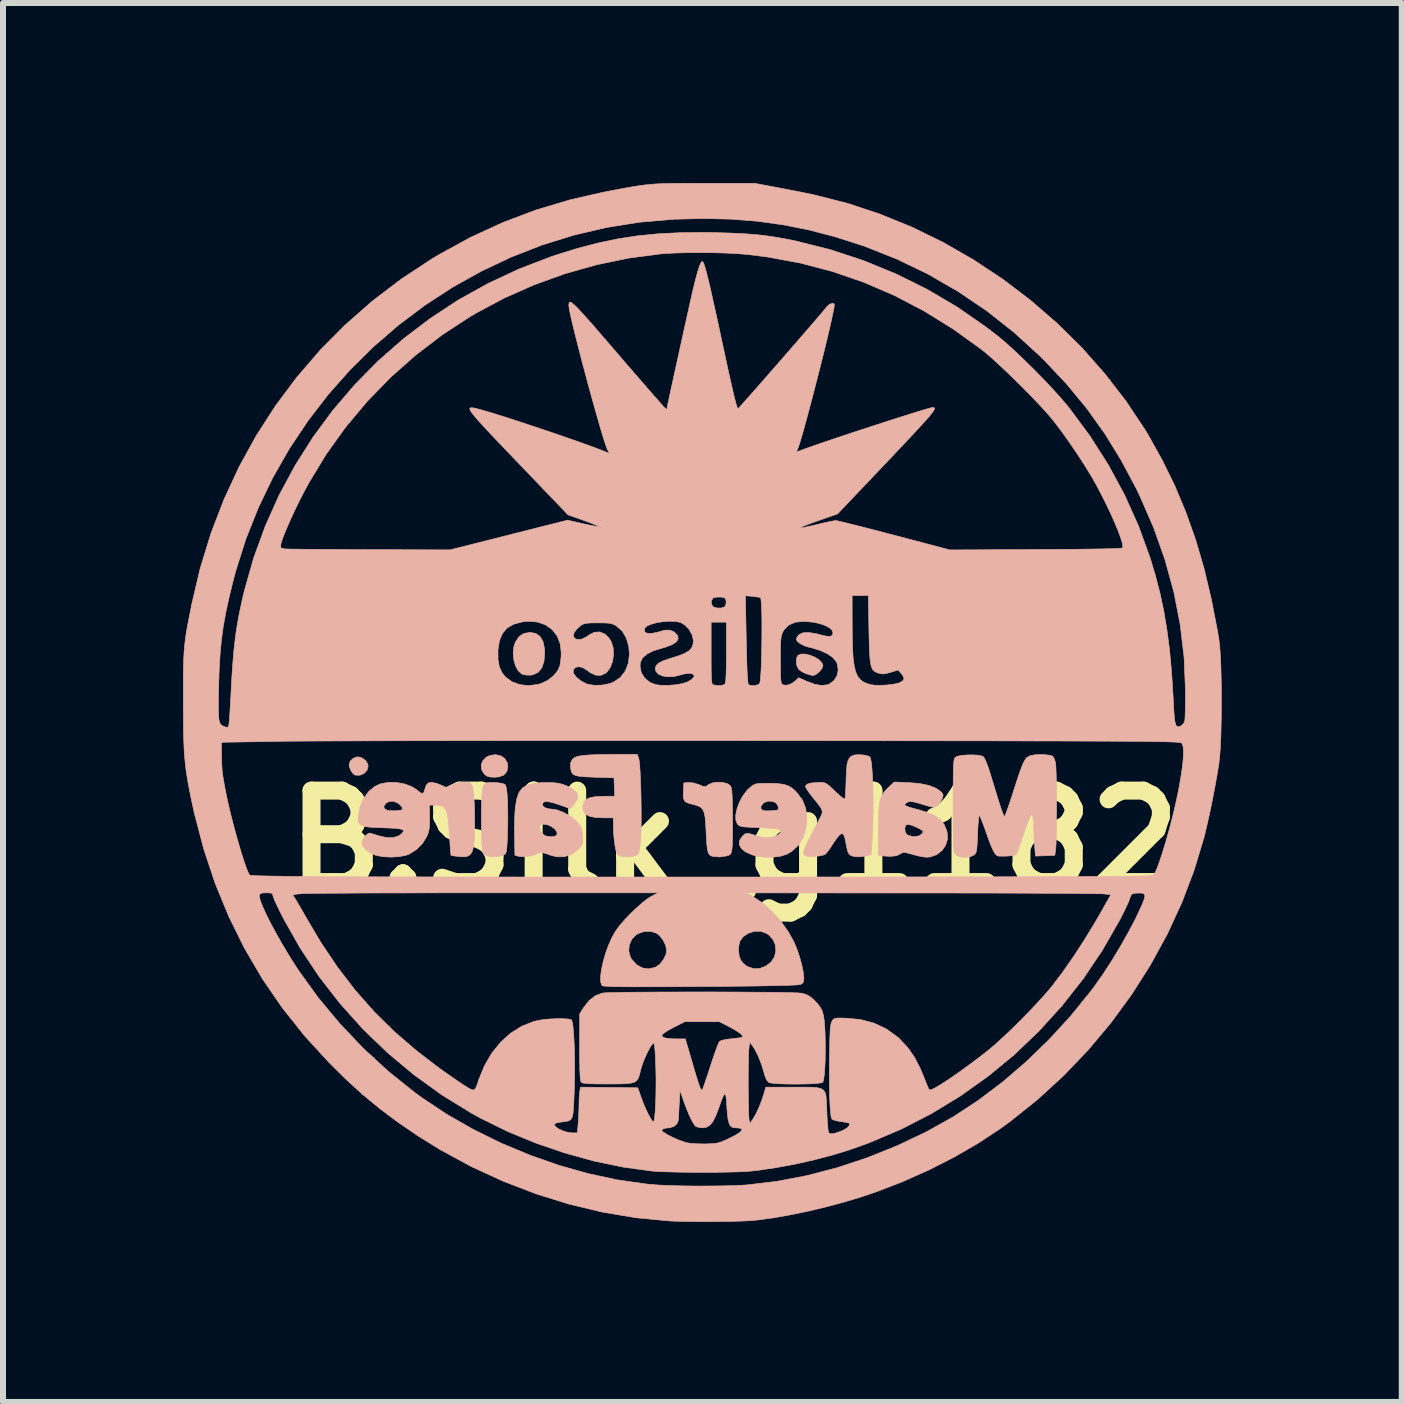
<source format=kicad_pcb>
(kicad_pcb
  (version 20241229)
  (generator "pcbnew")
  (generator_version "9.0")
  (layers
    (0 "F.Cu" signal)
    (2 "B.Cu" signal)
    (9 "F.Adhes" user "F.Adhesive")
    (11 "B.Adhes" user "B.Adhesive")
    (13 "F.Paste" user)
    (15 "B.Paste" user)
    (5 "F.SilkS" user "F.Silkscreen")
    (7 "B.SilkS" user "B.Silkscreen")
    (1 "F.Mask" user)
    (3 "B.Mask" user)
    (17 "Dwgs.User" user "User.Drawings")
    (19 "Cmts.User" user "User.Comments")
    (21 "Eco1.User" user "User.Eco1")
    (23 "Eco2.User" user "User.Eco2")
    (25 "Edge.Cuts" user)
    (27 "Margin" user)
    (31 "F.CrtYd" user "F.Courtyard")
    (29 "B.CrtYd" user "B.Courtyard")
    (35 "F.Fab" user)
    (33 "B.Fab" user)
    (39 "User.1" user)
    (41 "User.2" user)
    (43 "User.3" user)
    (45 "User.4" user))
  (footprint "B.Silk_g1182"
    (layer "F.Cu")
    (at 9.18 10.958)
    (property "Reference" "B.Silk_g1182" (at 0 0 0) (layer "F.SilkS") (effects (font (size 1.524 1.524) (thickness 0.3))))
    (attr through_hole)
    (fp_poly (pts (xy -6.198 -1.38) (xy -6.139 -1.336) (xy -6.102 -1.277) (xy -6.096 -1.242) (xy -6.115 -1.173) (xy -6.164 -1.121) (xy -6.233 -1.091) (xy -6.31 -1.093) (xy -6.313 -1.094) (xy -6.351 -1.122) (xy -6.387 -1.175) (xy -6.41 -1.237) (xy -6.413 -1.269) (xy -6.395 -1.326) (xy -6.346 -1.372) (xy -6.282 -1.396) (xy -6.264 -1.397) (xy -6.198 -1.38)) (stroke (width 0.01) (type solid)) (fill yes) (layer "B.SilkS"))
    (fp_poly (pts (xy -3.888 -1.416) (xy -3.82 -1.37) (xy -3.778 -1.299) (xy -3.768 -1.234) (xy -3.785 -1.152) (xy -3.835 -1.095) (xy -3.918 -1.064) (xy -3.99 -1.058) (xy -4.066 -1.062) (xy -4.116 -1.076) (xy -4.156 -1.106) (xy -4.16 -1.11) (xy -4.205 -1.181) (xy -4.213 -1.257) (xy -4.188 -1.33) (xy -4.132 -1.389) (xy -4.073 -1.419) (xy -3.975 -1.434) (xy -3.888 -1.416)) (stroke (width 0.01) (type solid)) (fill yes) (layer "B.SilkS"))
    (fp_poly (pts (xy 1.267 -3.091) (xy 1.349 -3.057) (xy 1.419 -3.013) (xy 1.466 -2.962) (xy 1.482 -2.916) (xy 1.466 -2.872) (xy 1.426 -2.821) (xy 1.377 -2.778) (xy 1.33 -2.754) (xy 1.319 -2.753) (xy 1.275 -2.761) (xy 1.214 -2.779) (xy 1.196 -2.785) (xy 1.133 -2.815) (xy 1.082 -2.852) (xy 1.074 -2.86) (xy 1.049 -2.913) (xy 1.038 -2.98) (xy 1.043 -3.045) (xy 1.063 -3.086) (xy 1.114 -3.11) (xy 1.185 -3.11) (xy 1.267 -3.091)) (stroke (width 0.01) (type solid)) (fill yes) (layer "B.SilkS"))
    (fp_poly (pts (xy -3.302 -3.453) (xy -3.229 -3.4) (xy -3.181 -3.314) (xy -3.157 -3.196) (xy -3.154 -3.133) (xy -3.166 -2.99) (xy -3.202 -2.882) (xy -3.261 -2.808) (xy -3.344 -2.767) (xy -3.389 -2.759) (xy -3.464 -2.76) (xy -3.527 -2.774) (xy -3.535 -2.777) (xy -3.595 -2.831) (xy -3.641 -2.914) (xy -3.669 -3.015) (xy -3.679 -3.125) (xy -3.668 -3.233) (xy -3.641 -3.312) (xy -3.58 -3.402) (xy -3.5 -3.454) (xy -3.398 -3.471) (xy -3.396 -3.471) (xy -3.302 -3.453)) (stroke (width 0.01) (type solid)) (fill yes) (layer "B.SilkS"))
    (fp_poly (pts (xy -3.966 -0.968) (xy -3.893 -0.96) (xy -3.837 -0.947) (xy -3.81 -0.932) (xy -3.794 -0.883) (xy -3.782 -0.795) (xy -3.774 -0.673) (xy -3.77 -0.521) (xy -3.769 -0.34) (xy -3.772 -0.197) (xy -3.776 -0.052) (xy -3.781 0.056) (xy -3.787 0.132) (xy -3.795 0.183) (xy -3.806 0.213) (xy -3.814 0.224) (xy -3.86 0.248) (xy -3.931 0.263) (xy -4.012 0.269) (xy -4.085 0.262) (xy -4.127 0.249) (xy -4.152 0.233) (xy -4.171 0.211) (xy -4.185 0.178) (xy -4.195 0.127) (xy -4.201 0.056) (xy -4.206 -0.043) (xy -4.208 -0.174) (xy -4.209 -0.339) (xy -4.209 -0.522) (xy -4.206 -0.667) (xy -4.199 -0.778) (xy -4.189 -0.859) (xy -4.174 -0.914) (xy -4.155 -0.948) (xy -4.145 -0.956) (xy -4.106 -0.968) (xy -4.041 -0.971) (xy -3.966 -0.968)) (stroke (width 0.01) (type solid)) (fill yes) (layer "B.SilkS"))
    (fp_poly (pts (xy -0.188 -0.971) (xy -0.111 -0.951) (xy -0.082 -0.933) (xy -0.065 -0.919) (xy -0.053 -0.902) (xy -0.044 -0.876) (xy -0.037 -0.836) (xy -0.033 -0.777) (xy -0.029 -0.692) (xy -0.027 -0.575) (xy -0.025 -0.441) (xy -0.024 -0.299) (xy -0.024 -0.165) (xy -0.025 -0.046) (xy -0.027 0.049) (xy -0.031 0.112) (xy -0.032 0.121) (xy -0.042 0.186) (xy -0.057 0.222) (xy -0.086 0.242) (xy -0.123 0.253) (xy -0.238 0.271) (xy -0.353 0.26) (xy -0.387 0.25) (xy -0.413 0.23) (xy -0.431 0.194) (xy -0.444 0.136) (xy -0.454 0.051) (xy -0.461 -0.069) (xy -0.464 -0.132) (xy -0.472 -0.277) (xy -0.481 -0.386) (xy -0.496 -0.465) (xy -0.519 -0.519) (xy -0.553 -0.557) (xy -0.603 -0.582) (xy -0.67 -0.602) (xy -0.715 -0.613) (xy -0.779 -0.632) (xy -0.82 -0.658) (xy -0.84 -0.7) (xy -0.846 -0.767) (xy -0.843 -0.848) (xy -0.836 -0.963) (xy -0.757 -0.97) (xy -0.679 -0.963) (xy -0.591 -0.937) (xy -0.58 -0.933) (xy -0.522 -0.908) (xy -0.486 -0.9) (xy -0.459 -0.909) (xy -0.429 -0.932) (xy -0.364 -0.962) (xy -0.278 -0.975) (xy -0.188 -0.971)) (stroke (width 0.01) (type solid)) (fill yes) (layer "B.SilkS"))
    (fp_poly (pts (xy -1.587 -1.371) (xy -1.579 -1.327) (xy -1.571 -1.248) (xy -1.564 -1.14) (xy -1.558 -1.01) (xy -1.553 -0.864) (xy -1.549 -0.709) (xy -1.547 -0.551) (xy -1.546 -0.398) (xy -1.547 -0.256) (xy -1.55 -0.131) (xy -1.555 -0.036) (xy -1.564 0.061) (xy -1.575 0.143) (xy -1.588 0.202) (xy -1.596 0.224) (xy -1.634 0.246) (xy -1.698 0.262) (xy -1.776 0.269) (xy -1.852 0.266) (xy -1.877 0.262) (xy -1.925 0.241) (xy -1.946 0.224) (xy -1.961 0.186) (xy -1.977 0.117) (xy -1.991 0.025) (xy -2.002 -0.078) (xy -2.009 -0.184) (xy -2.01 -0.249) (xy -2.011 -0.381) (xy -2.164 -0.381) (xy -2.301 -0.387) (xy -2.401 -0.405) (xy -2.468 -0.438) (xy -2.506 -0.488) (xy -2.519 -0.556) (xy -2.519 -0.561) (xy -2.508 -0.629) (xy -2.474 -0.679) (xy -2.412 -0.713) (xy -2.318 -0.733) (xy -2.188 -0.74) (xy -2.153 -0.741) (xy -1.988 -0.741) (xy -1.994 -0.894) (xy -2 -1.048) (xy -2.322 -1.058) (xy -2.458 -1.064) (xy -2.558 -1.071) (xy -2.627 -1.083) (xy -2.673 -1.101) (xy -2.7 -1.129) (xy -2.715 -1.169) (xy -2.724 -1.22) (xy -2.724 -1.291) (xy -2.7 -1.345) (xy -2.693 -1.354) (xy -2.667 -1.378) (xy -2.629 -1.397) (xy -2.574 -1.412) (xy -2.498 -1.422) (xy -2.395 -1.43) (xy -2.262 -1.435) (xy -2.093 -1.437) (xy -2.008 -1.438) (xy -1.613 -1.439) (xy -1.587 -1.371)) (stroke (width 0.01) (type solid)) (fill yes) (layer "B.SilkS"))
    (fp_poly (pts (xy -2.909 -0.955) (xy -2.804 -0.922) (xy -2.701 -0.867) (xy -2.698 -0.865) (xy -2.629 -0.808) (xy -2.602 -0.748) (xy -2.615 -0.681) (xy -2.667 -0.607) (xy -2.73 -0.535) (xy -2.901 -0.596) (xy -3.016 -0.633) (xy -3.099 -0.652) (xy -3.153 -0.652) (xy -3.183 -0.633) (xy -3.19 -0.621) (xy -3.186 -0.582) (xy -3.149 -0.55) (xy -3.088 -0.531) (xy -3.055 -0.529) (xy -2.952 -0.514) (xy -2.841 -0.472) (xy -2.732 -0.411) (xy -2.638 -0.338) (xy -2.569 -0.258) (xy -2.548 -0.219) (xy -2.53 -0.155) (xy -2.52 -0.075) (xy -2.519 -0.041) (xy -2.522 0.029) (xy -2.538 0.077) (xy -2.575 0.124) (xy -2.599 0.148) (xy -2.705 0.227) (xy -2.826 0.267) (xy -2.956 0.268) (xy -3.059 0.241) (xy -3.144 0.21) (xy -3.203 0.197) (xy -3.246 0.2) (xy -3.284 0.219) (xy -3.284 0.219) (xy -3.344 0.243) (xy -3.428 0.26) (xy -3.516 0.266) (xy -3.589 0.26) (xy -3.598 0.257) (xy -3.651 0.242) (xy -3.657 -0.075) (xy -3.658 -0.205) (xy -3.658 -0.215) (xy -3.239 -0.215) (xy -3.219 -0.147) (xy -3.165 -0.094) (xy -3.133 -0.079) (xy -3.071 -0.067) (xy -3.006 -0.069) (xy -2.967 -0.082) (xy -2.945 -0.114) (xy -2.956 -0.156) (xy -2.991 -0.199) (xy -3.044 -0.238) (xy -3.107 -0.266) (xy -3.168 -0.275) (xy -3.216 -0.271) (xy -3.235 -0.252) (xy -3.239 -0.215) (xy -3.658 -0.215) (xy -3.656 -0.337) (xy -3.651 -0.458) (xy -3.644 -0.553) (xy -3.642 -0.568) (xy -3.618 -0.704) (xy -3.581 -0.806) (xy -3.524 -0.879) (xy -3.442 -0.927) (xy -3.33 -0.956) (xy -3.183 -0.97) (xy -3.18 -0.97) (xy -3.03 -0.97) (xy -2.909 -0.955)) (stroke (width 0.01) (type solid)) (fill yes) (layer "B.SilkS"))
    (fp_poly (pts (xy 0.736 -0.951) (xy 0.83 -0.938) (xy 0.904 -0.914) (xy 0.966 -0.878) (xy 1.023 -0.828) (xy 1.05 -0.799) (xy 1.141 -0.675) (xy 1.194 -0.54) (xy 1.214 -0.387) (xy 1.214 -0.37) (xy 1.198 -0.199) (xy 1.148 -0.047) (xy 1.068 0.08) (xy 0.959 0.18) (xy 0.88 0.225) (xy 0.772 0.259) (xy 0.641 0.275) (xy 0.501 0.273) (xy 0.367 0.254) (xy 0.301 0.235) (xy 0.192 0.186) (xy 0.121 0.128) (xy 0.088 0.063) (xy 0.094 -0.006) (xy 0.137 -0.071) (xy 0.171 -0.105) (xy 0.203 -0.121) (xy 0.244 -0.121) (xy 0.305 -0.105) (xy 0.371 -0.083) (xy 0.476 -0.054) (xy 0.565 -0.048) (xy 0.591 -0.051) (xy 0.673 -0.069) (xy 0.734 -0.097) (xy 0.772 -0.129) (xy 0.782 -0.16) (xy 0.759 -0.186) (xy 0.714 -0.199) (xy 0.667 -0.204) (xy 0.588 -0.209) (xy 0.488 -0.215) (xy 0.378 -0.22) (xy 0.37 -0.22) (xy 0.257 -0.225) (xy 0.178 -0.23) (xy 0.125 -0.238) (xy 0.092 -0.248) (xy 0.07 -0.264) (xy 0.056 -0.279) (xy 0.03 -0.342) (xy 0.029 -0.428) (xy 0.049 -0.529) (xy 0.065 -0.573) (xy 0.449 -0.573) (xy 0.45 -0.53) (xy 0.484 -0.503) (xy 0.492 -0.501) (xy 0.538 -0.497) (xy 0.601 -0.498) (xy 0.666 -0.503) (xy 0.717 -0.51) (xy 0.736 -0.518) (xy 0.739 -0.543) (xy 0.732 -0.581) (xy 0.701 -0.628) (xy 0.645 -0.655) (xy 0.577 -0.66) (xy 0.511 -0.64) (xy 0.482 -0.619) (xy 0.449 -0.573) (xy 0.065 -0.573) (xy 0.088 -0.636) (xy 0.142 -0.739) (xy 0.21 -0.831) (xy 0.246 -0.868) (xy 0.303 -0.917) (xy 0.35 -0.942) (xy 0.407 -0.953) (xy 0.46 -0.955) (xy 0.615 -0.956) (xy 0.736 -0.951)) (stroke (width 0.01) (type solid)) (fill yes) (layer "B.SilkS"))
    (fp_poly (pts (xy 2.907 -0.969) (xy 3.093 -0.953) (xy 3.248 -0.921) (xy 3.369 -0.873) (xy 3.446 -0.818) (xy 3.477 -0.783) (xy 3.484 -0.752) (xy 3.47 -0.707) (xy 3.464 -0.693) (xy 3.429 -0.633) (xy 3.385 -0.586) (xy 3.379 -0.582) (xy 3.351 -0.566) (xy 3.322 -0.56) (xy 3.282 -0.565) (xy 3.22 -0.582) (xy 3.154 -0.602) (xy 3.053 -0.632) (xy 2.983 -0.649) (xy 2.935 -0.653) (xy 2.899 -0.646) (xy 2.869 -0.628) (xy 2.849 -0.61) (xy 2.847 -0.594) (xy 2.868 -0.579) (xy 2.917 -0.56) (xy 2.999 -0.536) (xy 3.075 -0.516) (xy 3.232 -0.467) (xy 3.352 -0.413) (xy 3.44 -0.348) (xy 3.502 -0.27) (xy 3.542 -0.174) (xy 3.552 -0.134) (xy 3.557 -0.024) (xy 3.525 0.078) (xy 3.463 0.166) (xy 3.377 0.232) (xy 3.273 0.27) (xy 3.212 0.275) (xy 3.151 0.269) (xy 3.072 0.254) (xy 3.026 0.242) (xy 2.931 0.216) (xy 2.869 0.2) (xy 2.829 0.195) (xy 2.803 0.199) (xy 2.784 0.212) (xy 2.777 0.217) (xy 2.708 0.25) (xy 2.604 0.261) (xy 2.508 0.255) (xy 2.402 0.243) (xy 2.405 -0.16) (xy 2.405 -0.191) (xy 2.847 -0.191) (xy 2.855 -0.133) (xy 2.886 -0.099) (xy 2.9 -0.091) (xy 2.988 -0.066) (xy 3.071 -0.078) (xy 3.107 -0.096) (xy 3.142 -0.127) (xy 3.154 -0.149) (xy 3.136 -0.171) (xy 3.09 -0.2) (xy 3.029 -0.23) (xy 2.966 -0.256) (xy 2.914 -0.27) (xy 2.893 -0.271) (xy 2.861 -0.258) (xy 2.848 -0.222) (xy 2.847 -0.191) (xy 2.405 -0.191) (xy 2.407 -0.335) (xy 2.411 -0.474) (xy 2.42 -0.583) (xy 2.434 -0.667) (xy 2.455 -0.734) (xy 2.483 -0.788) (xy 2.522 -0.836) (xy 2.564 -0.879) (xy 2.67 -0.978) (xy 2.907 -0.969)) (stroke (width 0.01) (type solid)) (fill yes) (layer "B.SilkS"))
    (fp_poly (pts (xy 2.162 -1.428) (xy 2.234 -1.411) (xy 2.262 -1.399) (xy 2.276 -1.369) (xy 2.288 -1.303) (xy 2.298 -1.206) (xy 2.306 -1.083) (xy 2.313 -0.939) (xy 2.316 -0.781) (xy 2.318 -0.614) (xy 2.317 -0.442) (xy 2.314 -0.273) (xy 2.308 -0.11) (xy 2.299 0.04) (xy 2.294 0.1) (xy 2.283 0.232) (xy 2.196 0.255) (xy 2.116 0.267) (xy 2.031 0.267) (xy 2.017 0.265) (xy 1.963 0.253) (xy 1.927 0.233) (xy 1.901 0.194) (xy 1.882 0.13) (xy 1.863 0.033) (xy 1.845 -0.054) (xy 1.824 -0.105) (xy 1.796 -0.12) (xy 1.76 -0.099) (xy 1.711 -0.04) (xy 1.646 0.055) (xy 1.64 0.064) (xy 1.594 0.133) (xy 1.553 0.189) (xy 1.525 0.222) (xy 1.522 0.225) (xy 1.48 0.242) (xy 1.412 0.255) (xy 1.332 0.262) (xy 1.257 0.262) (xy 1.206 0.255) (xy 1.176 0.241) (xy 1.162 0.217) (xy 1.164 0.176) (xy 1.185 0.115) (xy 1.225 0.026) (xy 1.274 -0.071) (xy 1.325 -0.169) (xy 1.374 -0.265) (xy 1.414 -0.344) (xy 1.435 -0.384) (xy 1.458 -0.431) (xy 1.47 -0.469) (xy 1.467 -0.504) (xy 1.448 -0.546) (xy 1.409 -0.602) (xy 1.347 -0.679) (xy 1.314 -0.72) (xy 1.259 -0.791) (xy 1.217 -0.853) (xy 1.193 -0.896) (xy 1.19 -0.909) (xy 1.217 -0.941) (xy 1.283 -0.961) (xy 1.389 -0.971) (xy 1.415 -0.972) (xy 1.467 -0.972) (xy 1.506 -0.966) (xy 1.543 -0.949) (xy 1.586 -0.916) (xy 1.645 -0.861) (xy 1.684 -0.822) (xy 1.765 -0.748) (xy 1.819 -0.706) (xy 1.847 -0.697) (xy 1.85 -0.701) (xy 1.854 -0.732) (xy 1.859 -0.797) (xy 1.863 -0.886) (xy 1.867 -0.992) (xy 1.867 -1.018) (xy 1.873 -1.157) (xy 1.882 -1.26) (xy 1.899 -1.333) (xy 1.924 -1.381) (xy 1.959 -1.411) (xy 2.007 -1.428) (xy 2.011 -1.429) (xy 2.081 -1.434) (xy 2.162 -1.428)) (stroke (width 0.01) (type solid)) (fill yes) (layer "B.SilkS"))
    (fp_poly (pts (xy -4.412 -0.966) (xy -4.384 -0.955) (xy -4.365 -0.921) (xy -4.349 -0.85) (xy -4.336 -0.744) (xy -4.327 -0.608) (xy -4.322 -0.446) (xy -4.321 -0.318) (xy -4.323 -0.14) (xy -4.329 -0.001) (xy -4.341 0.104) (xy -4.362 0.179) (xy -4.393 0.229) (xy -4.435 0.257) (xy -4.492 0.268) (xy -4.564 0.266) (xy -4.582 0.264) (xy -4.65 0.255) (xy -4.699 0.248) (xy -4.715 0.244) (xy -4.719 0.222) (xy -4.724 0.166) (xy -4.73 0.081) (xy -4.737 -0.023) (xy -4.741 -0.087) (xy -4.752 -0.247) (xy -4.765 -0.369) (xy -4.781 -0.459) (xy -4.804 -0.521) (xy -4.836 -0.561) (xy -4.879 -0.582) (xy -4.935 -0.591) (xy -4.981 -0.593) (xy -5.075 -0.593) (xy -5.072 -0.386) (xy -5.072 -0.282) (xy -5.078 -0.206) (xy -5.09 -0.146) (xy -5.112 -0.087) (xy -5.12 -0.068) (xy -5.193 0.049) (xy -5.293 0.148) (xy -5.409 0.221) (xy -5.468 0.244) (xy -5.581 0.265) (xy -5.715 0.273) (xy -5.848 0.266) (xy -5.963 0.245) (xy -5.972 0.242) (xy -6.059 0.204) (xy -6.133 0.151) (xy -6.183 0.093) (xy -6.202 0.037) (xy -6.189 -0.009) (xy -6.157 -0.061) (xy -6.117 -0.105) (xy -6.08 -0.127) (xy -6.076 -0.127) (xy -6.046 -0.121) (xy -5.989 -0.104) (xy -5.918 -0.082) (xy -5.788 -0.052) (xy -5.675 -0.052) (xy -5.585 -0.082) (xy -5.549 -0.107) (xy -5.518 -0.139) (xy -5.507 -0.164) (xy -5.518 -0.182) (xy -5.556 -0.195) (xy -5.624 -0.205) (xy -5.727 -0.211) (xy -5.867 -0.216) (xy -5.897 -0.217) (xy -6.033 -0.223) (xy -6.132 -0.233) (xy -6.199 -0.251) (xy -6.239 -0.28) (xy -6.259 -0.322) (xy -6.263 -0.381) (xy -6.26 -0.421) (xy -6.23 -0.57) (xy -6.227 -0.576) (xy -5.834 -0.576) (xy -5.827 -0.536) (xy -5.78 -0.508) (xy -5.768 -0.504) (xy -5.715 -0.499) (xy -5.649 -0.499) (xy -5.585 -0.504) (xy -5.539 -0.513) (xy -5.528 -0.519) (xy -5.526 -0.546) (xy -5.551 -0.586) (xy -5.596 -0.625) (xy -5.598 -0.626) (xy -5.676 -0.658) (xy -5.752 -0.652) (xy -5.801 -0.623) (xy -5.834 -0.576) (xy -6.227 -0.576) (xy -6.171 -0.705) (xy -6.089 -0.818) (xy -5.987 -0.903) (xy -5.888 -0.949) (xy -5.759 -0.972) (xy -5.62 -0.97) (xy -5.485 -0.945) (xy -5.364 -0.899) (xy -5.283 -0.846) (xy -5.226 -0.8) (xy -5.189 -0.787) (xy -5.167 -0.807) (xy -5.153 -0.852) (xy -5.129 -0.924) (xy -5.091 -0.964) (xy -5.034 -0.973) (xy -4.951 -0.954) (xy -4.889 -0.929) (xy -4.785 -0.885) (xy -4.713 -0.929) (xy -4.649 -0.955) (xy -4.567 -0.971) (xy -4.482 -0.975) (xy -4.412 -0.966)) (stroke (width 0.01) (type solid)) (fill yes) (layer "B.SilkS"))
    (fp_poly (pts (xy 5.169 -1.434) (xy 5.245 -1.426) (xy 5.299 -1.413) (xy 5.314 -1.404) (xy 5.334 -1.369) (xy 5.353 -1.313) (xy 5.356 -1.299) (xy 5.361 -1.256) (xy 5.365 -1.178) (xy 5.369 -1.071) (xy 5.371 -0.941) (xy 5.373 -0.795) (xy 5.374 -0.639) (xy 5.374 -0.481) (xy 5.373 -0.326) (xy 5.372 -0.182) (xy 5.369 -0.055) (xy 5.366 0.048) (xy 5.362 0.122) (xy 5.359 0.148) (xy 5.345 0.243) (xy 5.184 0.25) (xy 5.023 0.256) (xy 5.009 0.093) (xy 5.002 -0.014) (xy 4.996 -0.131) (xy 4.994 -0.22) (xy 4.991 -0.302) (xy 4.984 -0.371) (xy 4.975 -0.413) (xy 4.963 -0.433) (xy 4.949 -0.426) (xy 4.928 -0.386) (xy 4.916 -0.36) (xy 4.892 -0.3) (xy 4.86 -0.213) (xy 4.824 -0.111) (xy 4.797 -0.032) (xy 4.765 0.063) (xy 4.737 0.143) (xy 4.715 0.201) (xy 4.704 0.225) (xy 4.674 0.24) (xy 4.612 0.251) (xy 4.529 0.257) (xy 4.434 0.257) (xy 4.417 0.257) (xy 4.389 0.251) (xy 4.363 0.232) (xy 4.336 0.196) (xy 4.307 0.138) (xy 4.271 0.054) (xy 4.228 -0.062) (xy 4.181 -0.196) (xy 4.148 -0.286) (xy 4.119 -0.359) (xy 4.097 -0.408) (xy 4.086 -0.423) (xy 4.08 -0.403) (xy 4.073 -0.349) (xy 4.066 -0.266) (xy 4.061 -0.164) (xy 4.059 -0.112) (xy 4.054 0.01) (xy 4.048 0.097) (xy 4.042 0.155) (xy 4.033 0.193) (xy 4.02 0.218) (xy 4.002 0.236) (xy 4 0.237) (xy 3.94 0.266) (xy 3.861 0.277) (xy 3.78 0.271) (xy 3.714 0.248) (xy 3.692 0.231) (xy 3.681 0.217) (xy 3.672 0.199) (xy 3.666 0.172) (xy 3.661 0.132) (xy 3.657 0.075) (xy 3.654 -0.004) (xy 3.653 -0.109) (xy 3.652 -0.244) (xy 3.651 -0.413) (xy 3.651 -0.584) (xy 3.651 -0.786) (xy 3.652 -0.95) (xy 3.653 -1.08) (xy 3.655 -1.18) (xy 3.658 -1.255) (xy 3.662 -1.309) (xy 3.667 -1.346) (xy 3.675 -1.37) (xy 3.683 -1.385) (xy 3.688 -1.39) (xy 3.728 -1.409) (xy 3.799 -1.422) (xy 3.886 -1.429) (xy 3.978 -1.43) (xy 4.063 -1.425) (xy 4.128 -1.412) (xy 4.156 -1.399) (xy 4.176 -1.368) (xy 4.204 -1.306) (xy 4.236 -1.221) (xy 4.264 -1.135) (xy 4.302 -1.011) (xy 4.346 -0.868) (xy 4.389 -0.727) (xy 4.413 -0.651) (xy 4.443 -0.556) (xy 4.471 -0.477) (xy 4.492 -0.424) (xy 4.505 -0.402) (xy 4.505 -0.402) (xy 4.517 -0.421) (xy 4.538 -0.475) (xy 4.568 -0.557) (xy 4.604 -0.662) (xy 4.644 -0.784) (xy 4.655 -0.82) (xy 4.709 -0.987) (xy 4.753 -1.118) (xy 4.789 -1.218) (xy 4.819 -1.291) (xy 4.847 -1.343) (xy 4.873 -1.378) (xy 4.901 -1.4) (xy 4.933 -1.415) (xy 4.944 -1.419) (xy 5.005 -1.431) (xy 5.085 -1.436) (xy 5.169 -1.434)) (stroke (width 0.01) (type solid)) (fill yes) (layer "B.SilkS"))
    (fp_poly (pts (xy -0.497 -10.953) (xy 0.349 -10.953) (xy 0.72 -10.883) (xy 0.863 -10.856) (xy 1.013 -10.827) (xy 1.158 -10.798) (xy 1.281 -10.773) (xy 1.333 -10.762) (xy 1.888 -10.621) (xy 2.434 -10.44) (xy 2.969 -10.222) (xy 3.49 -9.967) (xy 3.994 -9.677) (xy 4.48 -9.355) (xy 4.944 -9.002) (xy 5.384 -8.621) (xy 5.798 -8.212) (xy 6.181 -7.778) (xy 6.533 -7.322) (xy 6.851 -6.844) (xy 6.902 -6.759) (xy 7.136 -6.34) (xy 7.345 -5.913) (xy 7.529 -5.473) (xy 7.691 -5.016) (xy 7.832 -4.535) (xy 7.953 -4.026) (xy 8.058 -3.484) (xy 8.079 -3.355) (xy 8.092 -3.25) (xy 8.102 -3.109) (xy 8.111 -2.94) (xy 8.116 -2.75) (xy 8.12 -2.545) (xy 8.121 -2.332) (xy 8.12 -2.119) (xy 8.116 -1.912) (xy 8.111 -1.718) (xy 8.102 -1.544) (xy 8.092 -1.397) (xy 8.079 -1.285) (xy 8.079 -1.281) (xy 8.05 -1.107) (xy 8.015 -0.909) (xy 7.975 -0.7) (xy 7.932 -0.492) (xy 7.889 -0.297) (xy 7.849 -0.126) (xy 7.833 -0.061) (xy 7.667 0.49) (xy 7.462 1.03) (xy 7.219 1.557) (xy 6.939 2.069) (xy 6.625 2.563) (xy 6.278 3.037) (xy 5.899 3.489) (xy 5.491 3.915) (xy 5.056 4.314) (xy 4.594 4.683) (xy 4.434 4.799) (xy 4.07 5.039) (xy 3.673 5.269) (xy 3.251 5.484) (xy 2.814 5.679) (xy 2.37 5.85) (xy 2.12 5.935) (xy 1.837 6.02) (xy 1.54 6.1) (xy 1.239 6.172) (xy 0.943 6.233) (xy 0.662 6.283) (xy 0.407 6.318) (xy 0.318 6.327) (xy 0.23 6.333) (xy 0.108 6.338) (xy -0.039 6.342) (xy -0.204 6.344) (xy -0.379 6.346) (xy -0.555 6.346) (xy -0.723 6.345) (xy -0.877 6.342) (xy -1.007 6.339) (xy -1.079 6.335) (xy -1.636 6.282) (xy -2.194 6.188) (xy -2.752 6.054) (xy -3.304 5.882) (xy -3.847 5.673) (xy -4.379 5.428) (xy -4.895 5.148) (xy -5.267 4.917) (xy -5.597 4.692) (xy -5.902 4.464) (xy -6.192 4.224) (xy -6.478 3.963) (xy -6.752 3.691) (xy -7.158 3.247) (xy -7.528 2.782) (xy -7.861 2.296) (xy -8.158 1.789) (xy -8.419 1.26) (xy -8.567 0.901) (xy -7.909 0.901) (xy -7.908 0.943) (xy -7.886 1.017) (xy -7.845 1.117) (xy -7.789 1.239) (xy -7.719 1.378) (xy -7.637 1.53) (xy -7.547 1.69) (xy -7.45 1.854) (xy -7.349 2.018) (xy -7.25 2.17) (xy -6.926 2.618) (xy -6.566 3.05) (xy -6.176 3.46) (xy -5.761 3.842) (xy -5.327 4.19) (xy -5.197 4.285) (xy -4.781 4.561) (xy -4.339 4.813) (xy -3.878 5.04) (xy -3.401 5.239) (xy -2.916 5.409) (xy -2.428 5.547) (xy -1.943 5.651) (xy -1.467 5.719) (xy -1.302 5.734) (xy -1.162 5.742) (xy -0.992 5.748) (xy -0.8 5.752) (xy -0.597 5.754) (xy -0.392 5.753) (xy -0.194 5.751) (xy -0.013 5.746) (xy 0.14 5.74) (xy 0.213 5.735) (xy 0.71 5.676) (xy 1.215 5.58) (xy 1.723 5.447) (xy 2.227 5.28) (xy 2.723 5.08) (xy 3.205 4.851) (xy 3.654 4.6) (xy 4.067 4.329) (xy 4.475 4.021) (xy 4.871 3.681) (xy 5.251 3.312) (xy 5.61 2.921) (xy 5.942 2.511) (xy 6.003 2.43) (xy 6.147 2.226) (xy 6.294 2) (xy 6.437 1.763) (xy 6.572 1.524) (xy 6.692 1.296) (xy 6.789 1.087) (xy 6.796 1.073) (xy 6.832 0.982) (xy 6.847 0.922) (xy 6.836 0.888) (xy 6.799 0.873) (xy 6.732 0.872) (xy 6.712 0.873) (xy 6.653 0.879) (xy 6.622 0.896) (xy 6.602 0.937) (xy 6.593 0.967) (xy 6.574 1.018) (xy 6.539 1.096) (xy 6.492 1.193) (xy 6.439 1.297) (xy 6.424 1.326) (xy 6.138 1.825) (xy 5.818 2.3) (xy 5.466 2.748) (xy 5.084 3.169) (xy 4.674 3.561) (xy 4.237 3.922) (xy 3.775 4.251) (xy 3.289 4.547) (xy 2.782 4.808) (xy 2.255 5.032) (xy 1.926 5.15) (xy 1.642 5.237) (xy 1.334 5.318) (xy 1.017 5.389) (xy 0.703 5.447) (xy 0.407 5.491) (xy 0.288 5.504) (xy 0.182 5.512) (xy 0.042 5.518) (xy -0.125 5.522) (xy -0.308 5.525) (xy -0.502 5.526) (xy -0.697 5.525) (xy -0.886 5.523) (xy -1.06 5.519) (xy -1.211 5.514) (xy -1.331 5.507) (xy -1.367 5.504) (xy -1.844 5.439) (xy -2.331 5.338) (xy -2.819 5.203) (xy -3.302 5.038) (xy -3.77 4.845) (xy -4.216 4.626) (xy -4.371 4.541) (xy -4.864 4.238) (xy -5.331 3.901) (xy -5.771 3.534) (xy -6.183 3.137) (xy -6.564 2.712) (xy -6.914 2.262) (xy -7.23 1.787) (xy -7.511 1.289) (xy -7.54 1.231) (xy -7.591 1.129) (xy -7.634 1.037) (xy -7.665 0.964) (xy -7.682 0.918) (xy -7.684 0.908) (xy -7.684 0.906) (xy -7.346 0.906) (xy -7.345 0.92) (xy -7.337 0.929) (xy -7.316 0.959) (xy -7.28 1.019) (xy -7.232 1.1) (xy -7.177 1.196) (xy -7.154 1.238) (xy -6.887 1.69) (xy -6.609 2.104) (xy -6.315 2.487) (xy -6.002 2.843) (xy -5.664 3.177) (xy -5.298 3.493) (xy -4.94 3.768) (xy -4.829 3.848) (xy -4.716 3.927) (xy -4.612 3.999) (xy -4.526 4.057) (xy -4.491 4.08) (xy -4.414 4.127) (xy -4.362 4.152) (xy -4.328 4.15) (xy -4.302 4.118) (xy -4.276 4.053) (xy -4.252 3.979) (xy -4.157 3.747) (xy -4.035 3.538) (xy -3.889 3.358) (xy -3.723 3.208) (xy -3.539 3.092) (xy -3.341 3.013) (xy -3.262 2.994) (xy -3.178 2.98) (xy -3.078 2.971) (xy -2.972 2.966) (xy -2.872 2.965) (xy -2.787 2.969) (xy -2.727 2.977) (xy -2.71 2.984) (xy -2.697 3.013) (xy -2.685 3.079) (xy -2.675 3.177) (xy -2.667 3.302) (xy -2.66 3.448) (xy -2.657 3.611) (xy -2.655 3.785) (xy -2.657 3.965) (xy -2.661 4.145) (xy -2.663 4.199) (xy -2.669 4.35) (xy -2.675 4.465) (xy -2.683 4.548) (xy -2.696 4.605) (xy -2.716 4.642) (xy -2.745 4.663) (xy -2.785 4.675) (xy -2.838 4.682) (xy -2.858 4.685) (xy -2.939 4.697) (xy -2.983 4.711) (xy -2.995 4.73) (xy -2.98 4.757) (xy -2.927 4.799) (xy -2.848 4.836) (xy -2.761 4.861) (xy -2.697 4.868) (xy -2.61 4.868) (xy -2.606 4.823) (xy -1.204 4.823) (xy -1.19 4.845) (xy -1.175 4.857) (xy -1.105 4.901) (xy -1.011 4.948) (xy -0.908 4.992) (xy -0.813 5.025) (xy -0.772 5.035) (xy -0.702 5.044) (xy -0.607 5.05) (xy -0.503 5.052) (xy -0.465 5.052) (xy -0.365 5.048) (xy -0.291 5.04) (xy -0.226 5.023) (xy -0.154 4.994) (xy -0.095 4.967) (xy 0.021 4.908) (xy 0.097 4.861) (xy 0.132 4.825) (xy 0.127 4.8) (xy 0.082 4.787) (xy 0.027 4.784) (xy -0.021 4.778) (xy -0.056 4.756) (xy -0.081 4.713) (xy -0.099 4.643) (xy -0.111 4.541) (xy -0.119 4.437) (xy -0.126 4.326) (xy -0.135 4.254) (xy -0.147 4.221) (xy -0.164 4.227) (xy -0.188 4.272) (xy -0.221 4.358) (xy -0.256 4.459) (xy -0.306 4.59) (xy -0.355 4.683) (xy -0.405 4.743) (xy -0.462 4.775) (xy -0.523 4.784) (xy -0.586 4.777) (xy -0.635 4.761) (xy -0.641 4.757) (xy -0.67 4.72) (xy -0.709 4.65) (xy -0.754 4.555) (xy -0.8 4.441) (xy -0.846 4.317) (xy -0.849 4.307) (xy -0.9 4.159) (xy -0.913 4.392) (xy -0.918 4.49) (xy -0.923 4.575) (xy -0.927 4.637) (xy -0.929 4.662) (xy -0.952 4.717) (xy -1.003 4.761) (xy -1.07 4.783) (xy -1.085 4.784) (xy -1.143 4.79) (xy -1.185 4.804) (xy -1.204 4.823) (xy -2.606 4.823) (xy -2.596 4.706) (xy -2.589 4.599) (xy -2.584 4.48) (xy -2.582 4.392) (xy -2.58 4.304) (xy -2.576 4.225) (xy -2.569 4.172) (xy -2.556 4.106) (xy -2.08 4.111) (xy -1.604 4.117) (xy -1.545 4.282) (xy -1.507 4.384) (xy -1.465 4.481) (xy -1.423 4.567) (xy -1.386 4.634) (xy -1.357 4.675) (xy -1.342 4.683) (xy -1.331 4.66) (xy -1.322 4.601) (xy -1.313 4.511) (xy -1.307 4.397) (xy -1.302 4.265) (xy -1.3 4.12) (xy -1.299 3.969) (xy -1.302 3.818) (xy -1.304 3.751) (xy -1.31 3.598) (xy -1.317 3.486) (xy -1.325 3.412) (xy -1.334 3.376) (xy -1.34 3.371) (xy -1.368 3.397) (xy -1.404 3.453) (xy -1.445 3.531) (xy -1.486 3.621) (xy -1.523 3.713) (xy -1.55 3.798) (xy -1.558 3.827) (xy -1.574 3.898) (xy -1.593 3.953) (xy -1.617 3.993) (xy -1.655 4.021) (xy -1.71 4.038) (xy -1.788 4.048) (xy -1.895 4.052) (xy -2.037 4.053) (xy -2.109 4.053) (xy -2.262 4.053) (xy -2.377 4.05) (xy -2.459 4.046) (xy -2.512 4.039) (xy -2.54 4.029) (xy -2.544 4.026) (xy -2.553 4.007) (xy -2.56 3.968) (xy -2.565 3.905) (xy -2.569 3.813) (xy -2.571 3.688) (xy -2.572 3.528) (xy -2.572 3.442) (xy -2.572 3.241) (xy -1.202 3.241) (xy -1.19 3.269) (xy -1.141 3.288) (xy -1.053 3.299) (xy -0.943 3.302) (xy -0.811 3.302) (xy -0.698 3.688) (xy -0.653 3.843) (xy -0.617 3.961) (xy -0.59 4.047) (xy -0.569 4.105) (xy -0.554 4.139) (xy -0.542 4.154) (xy -0.533 4.152) (xy -0.525 4.144) (xy -0.514 4.116) (xy -0.492 4.054) (xy -0.462 3.966) (xy -0.426 3.859) (xy -0.39 3.747) (xy -0.35 3.626) (xy -0.313 3.519) (xy -0.281 3.432) (xy -0.256 3.371) (xy -0.242 3.345) (xy -0.202 3.326) (xy -0.129 3.31) (xy -0.041 3.299) (xy 0.04 3.291) (xy 0.104 3.282) (xy 0.14 3.274) (xy 0.143 3.272) (xy 0.141 3.247) (xy 0.103 3.21) (xy 0.032 3.162) (xy -0.067 3.106) (xy -0.085 3.097) (xy -0.243 3.016) (xy -0.821 3.016) (xy -1.008 3.111) (xy -1.089 3.155) (xy -1.153 3.196) (xy -1.193 3.228) (xy -1.202 3.241) (xy -2.572 3.241) (xy -2.572 2.886) (xy -2.508 2.784) (xy -2.415 2.664) (xy -2.309 2.582) (xy -2.193 2.539) (xy -2.186 2.538) (xy -2.143 2.534) (xy -2.062 2.531) (xy -1.947 2.529) (xy -1.803 2.526) (xy -1.633 2.524) (xy -1.442 2.523) (xy -1.234 2.521) (xy -1.014 2.521) (xy -0.784 2.52) (xy -0.55 2.52) (xy -0.316 2.52) (xy -0.086 2.521) (xy 0.137 2.522) (xy 0.347 2.524) (xy 0.541 2.525) (xy 0.714 2.527) (xy 0.862 2.53) (xy 0.982 2.533) (xy 1.069 2.536) (xy 1.118 2.54) (xy 1.124 2.54) (xy 1.206 2.563) (xy 1.273 2.602) (xy 1.33 2.652) (xy 1.391 2.715) (xy 1.436 2.773) (xy 1.469 2.835) (xy 1.49 2.909) (xy 1.504 3.004) (xy 1.513 3.127) (xy 1.518 3.224) (xy 1.521 3.37) (xy 1.521 3.517) (xy 1.519 3.658) (xy 1.513 3.786) (xy 1.505 3.893) (xy 1.494 3.974) (xy 1.482 4.02) (xy 1.481 4.023) (xy 1.454 4.034) (xy 1.392 4.042) (xy 1.304 4.049) (xy 1.197 4.053) (xy 1.079 4.055) (xy 0.958 4.055) (xy 0.841 4.053) (xy 0.736 4.049) (xy 0.652 4.042) (xy 0.595 4.033) (xy 0.58 4.028) (xy 0.545 3.989) (xy 0.514 3.914) (xy 0.5 3.864) (xy 0.458 3.725) (xy 0.404 3.589) (xy 0.345 3.473) (xy 0.313 3.423) (xy 0.265 3.356) (xy 0.25 3.44) (xy 0.246 3.487) (xy 0.242 3.568) (xy 0.24 3.676) (xy 0.238 3.803) (xy 0.237 3.943) (xy 0.237 4.088) (xy 0.238 4.23) (xy 0.239 4.363) (xy 0.242 4.479) (xy 0.245 4.571) (xy 0.249 4.631) (xy 0.251 4.646) (xy 0.265 4.709) (xy 0.311 4.645) (xy 0.36 4.562) (xy 0.412 4.453) (xy 0.461 4.331) (xy 0.496 4.225) (xy 0.53 4.106) (xy 0.982 4.106) (xy 1.149 4.106) (xy 1.278 4.107) (xy 1.374 4.113) (xy 1.443 4.128) (xy 1.489 4.154) (xy 1.518 4.196) (xy 1.533 4.258) (xy 1.54 4.342) (xy 1.545 4.452) (xy 1.547 4.514) (xy 1.552 4.629) (xy 1.559 4.729) (xy 1.566 4.808) (xy 1.573 4.857) (xy 1.576 4.867) (xy 1.611 4.884) (xy 1.676 4.876) (xy 1.77 4.845) (xy 1.812 4.827) (xy 1.878 4.79) (xy 1.918 4.751) (xy 1.926 4.717) (xy 1.92 4.707) (xy 1.894 4.698) (xy 1.839 4.688) (xy 1.778 4.679) (xy 1.706 4.667) (xy 1.652 4.65) (xy 1.63 4.636) (xy 1.617 4.593) (xy 1.607 4.511) (xy 1.599 4.393) (xy 1.593 4.243) (xy 1.589 4.063) (xy 1.589 3.857) (xy 1.591 3.628) (xy 1.591 3.597) (xy 1.594 3.414) (xy 1.597 3.27) (xy 1.602 3.159) (xy 1.61 3.078) (xy 1.625 3.021) (xy 1.647 2.984) (xy 1.678 2.964) (xy 1.721 2.955) (xy 1.776 2.954) (xy 1.846 2.956) (xy 1.858 2.956) (xy 2.105 2.979) (xy 2.33 3.038) (xy 2.535 3.134) (xy 2.72 3.267) (xy 2.759 3.302) (xy 2.895 3.447) (xy 3.008 3.609) (xy 3.105 3.798) (xy 3.155 3.918) (xy 3.19 4.007) (xy 3.221 4.082) (xy 3.244 4.134) (xy 3.255 4.152) (xy 3.282 4.15) (xy 3.338 4.125) (xy 3.419 4.078) (xy 3.522 4.013) (xy 3.642 3.933) (xy 3.776 3.839) (xy 3.92 3.734) (xy 4.07 3.622) (xy 4.222 3.504) (xy 4.233 3.495) (xy 4.345 3.401) (xy 4.476 3.282) (xy 4.621 3.145) (xy 4.771 2.997) (xy 4.92 2.845) (xy 5.06 2.696) (xy 5.185 2.558) (xy 5.288 2.437) (xy 5.299 2.424) (xy 5.475 2.191) (xy 5.659 1.928) (xy 5.842 1.646) (xy 6.02 1.354) (xy 6.081 1.249) (xy 6.279 0.9) (xy 6.161 0.886) (xy 6.126 0.884) (xy 6.051 0.883) (xy 5.939 0.881) (xy 5.792 0.88) (xy 5.613 0.878) (xy 5.405 0.877) (xy 5.169 0.876) (xy 4.909 0.874) (xy 4.627 0.873) (xy 4.325 0.872) (xy 4.007 0.872) (xy 3.674 0.871) (xy 3.329 0.871) (xy 3.122 0.871) (xy 0.201 0.869) (xy 0.315 0.931) (xy 0.475 1.038) (xy 0.633 1.178) (xy 0.779 1.341) (xy 0.906 1.519) (xy 0.998 1.685) (xy 1.048 1.805) (xy 1.093 1.938) (xy 1.13 2.071) (xy 1.154 2.192) (xy 1.164 2.289) (xy 1.164 2.292) (xy 1.159 2.348) (xy 1.137 2.379) (xy 1.106 2.395) (xy 1.074 2.4) (xy 1.006 2.405) (xy 0.899 2.409) (xy 0.755 2.413) (xy 0.571 2.417) (xy 0.347 2.421) (xy 0.083 2.424) (xy -0.221 2.427) (xy -0.568 2.429) (xy -0.568 2.429) (xy -0.874 2.431) (xy -1.14 2.433) (xy -1.369 2.433) (xy -1.564 2.434) (xy -1.727 2.434) (xy -1.861 2.433) (xy -1.968 2.431) (xy -2.051 2.429) (xy -2.114 2.426) (xy -2.157 2.423) (xy -2.185 2.419) (xy -2.2 2.414) (xy -2.203 2.411) (xy -2.222 2.349) (xy -2.223 2.258) (xy -2.208 2.144) (xy -2.18 2.016) (xy -2.141 1.88) (xy -2.126 1.837) (xy -1.754 1.837) (xy -1.728 1.936) (xy -1.709 1.97) (xy -1.626 2.063) (xy -1.529 2.119) (xy -1.425 2.135) (xy -1.316 2.111) (xy -1.299 2.103) (xy -1.233 2.054) (xy -1.175 1.979) (xy -1.134 1.894) (xy -1.122 1.827) (xy -1.123 1.823) (xy 0.075 1.823) (xy 0.088 1.935) (xy 0.129 2.019) (xy 0.202 2.083) (xy 0.234 2.101) (xy 0.332 2.133) (xy 0.429 2.128) (xy 0.528 2.09) (xy 0.616 2.024) (xy 0.673 1.938) (xy 0.697 1.841) (xy 0.69 1.741) (xy 0.65 1.647) (xy 0.578 1.568) (xy 0.545 1.545) (xy 0.447 1.509) (xy 0.338 1.51) (xy 0.232 1.545) (xy 0.15 1.601) (xy 0.1 1.671) (xy 0.077 1.764) (xy 0.075 1.823) (xy -1.123 1.823) (xy -1.139 1.743) (xy -1.182 1.654) (xy -1.242 1.579) (xy -1.292 1.541) (xy -1.386 1.511) (xy -1.492 1.512) (xy -1.592 1.544) (xy -1.63 1.566) (xy -1.703 1.642) (xy -1.745 1.736) (xy -1.754 1.837) (xy -2.126 1.837) (xy -2.092 1.745) (xy -2.036 1.618) (xy -1.974 1.507) (xy -1.971 1.503) (xy -1.91 1.419) (xy -1.827 1.323) (xy -1.731 1.222) (xy -1.629 1.124) (xy -1.53 1.036) (xy -1.442 0.967) (xy -1.377 0.926) (xy -1.261 0.868) (xy -4.139 0.868) (xy -4.488 0.868) (xy -4.827 0.868) (xy -5.155 0.869) (xy -5.467 0.87) (xy -5.762 0.87) (xy -6.037 0.871) (xy -6.289 0.872) (xy -6.516 0.874) (xy -6.715 0.875) (xy -6.883 0.876) (xy -7.018 0.878) (xy -7.117 0.879) (xy -7.178 0.881) (xy -7.192 0.882) (xy -7.277 0.889) (xy -7.326 0.896) (xy -7.346 0.906) (xy -7.684 0.906) (xy -7.69 0.884) (xy -7.715 0.872) (xy -7.77 0.868) (xy -7.79 0.868) (xy -7.862 0.872) (xy -7.9 0.888) (xy -7.909 0.901) (xy -8.567 0.901) (xy -8.646 0.708) (xy -8.837 0.133) (xy -8.994 -0.467) (xy -9.047 -0.713) (xy -9.078 -0.867) (xy -9.103 -1.004) (xy -9.124 -1.132) (xy -9.14 -1.255) (xy -9.152 -1.38) (xy -9.162 -1.515) (xy -9.167 -1.64) (xy -8.541 -1.64) (xy -8.538 -1.386) (xy -8.535 -1.272) (xy -8.528 -1.165) (xy -8.513 -1.052) (xy -8.491 -0.923) (xy -8.46 -0.764) (xy -8.46 -0.762) (xy -8.427 -0.612) (xy -8.389 -0.452) (xy -8.346 -0.285) (xy -8.302 -0.119) (xy -8.256 0.042) (xy -8.212 0.192) (xy -8.17 0.324) (xy -8.133 0.434) (xy -8.101 0.516) (xy -8.077 0.564) (xy -8.072 0.572) (xy -8.063 0.575) (xy -8.043 0.578) (xy -8.009 0.58) (xy -7.962 0.583) (xy -7.9 0.585) (xy -7.821 0.587) (xy -7.724 0.589) (xy -7.609 0.591) (xy -7.474 0.593) (xy -7.318 0.595) (xy -7.14 0.596) (xy -6.938 0.598) (xy -6.712 0.599) (xy -6.459 0.6) (xy -6.181 0.601) (xy -5.873 0.602) (xy -5.537 0.602) (xy -5.17 0.603) (xy -4.772 0.604) (xy -4.341 0.604) (xy -3.876 0.604) (xy -3.376 0.605) (xy -2.84 0.605) (xy -2.266 0.605) (xy -1.654 0.605) (xy -1.001 0.605) (xy -0.308 0.605) (xy -0.169 0.605) (xy 0.504 0.605) (xy 1.136 0.604) (xy 1.727 0.604) (xy 2.28 0.604) (xy 2.796 0.603) (xy 3.275 0.603) (xy 3.718 0.602) (xy 4.127 0.602) (xy 4.503 0.601) (xy 4.848 0.6) (xy 5.161 0.599) (xy 5.446 0.598) (xy 5.701 0.597) (xy 5.93 0.596) (xy 6.132 0.595) (xy 6.31 0.594) (xy 6.464 0.592) (xy 6.595 0.591) (xy 6.705 0.589) (xy 6.794 0.587) (xy 6.865 0.585) (xy 6.918 0.583) (xy 6.954 0.58) (xy 6.974 0.578) (xy 6.979 0.576) (xy 7.001 0.555) (xy 7.026 0.513) (xy 7.055 0.444) (xy 7.091 0.344) (xy 7.13 0.227) (xy 7.197 0.01) (xy 7.259 -0.211) (xy 7.315 -0.43) (xy 7.365 -0.644) (xy 7.408 -0.848) (xy 7.442 -1.037) (xy 7.468 -1.208) (xy 7.484 -1.355) (xy 7.489 -1.476) (xy 7.484 -1.565) (xy 7.466 -1.618) (xy 7.465 -1.619) (xy 7.462 -1.623) (xy 7.457 -1.627) (xy 7.45 -1.63) (xy 7.439 -1.633) (xy 7.422 -1.636) (xy 7.398 -1.639) (xy 7.367 -1.642) (xy 7.326 -1.644) (xy 7.274 -1.646) (xy 7.21 -1.648) (xy 7.133 -1.65) (xy 7.04 -1.652) (xy 6.932 -1.653) (xy 6.806 -1.655) (xy 6.661 -1.656) (xy 6.495 -1.657) (xy 6.308 -1.658) (xy 6.098 -1.659) (xy 5.864 -1.66) (xy 5.604 -1.661) (xy 5.317 -1.662) (xy 5.002 -1.662) (xy 4.657 -1.663) (xy 4.281 -1.664) (xy 3.872 -1.664) (xy 3.43 -1.665) (xy 2.952 -1.665) (xy 2.438 -1.666) (xy 1.886 -1.666) (xy 1.295 -1.667) (xy 0.663 -1.667) (xy 0.462 -1.667) (xy -0.09 -1.668) (xy -0.638 -1.668) (xy -1.178 -1.668) (xy -1.709 -1.668) (xy -2.23 -1.668) (xy -2.737 -1.668) (xy -3.23 -1.668) (xy -3.707 -1.668) (xy -4.165 -1.667) (xy -4.603 -1.667) (xy -5.018 -1.666) (xy -5.41 -1.666) (xy -5.776 -1.665) (xy -6.114 -1.664) (xy -6.422 -1.663) (xy -6.699 -1.662) (xy -6.943 -1.661) (xy -7.151 -1.66) (xy -7.322 -1.659) (xy -7.453 -1.658) (xy -7.525 -1.657) (xy -8.541 -1.64) (xy -9.167 -1.64) (xy -9.168 -1.664) (xy -9.172 -1.836) (xy -9.174 -2.035) (xy -9.175 -2.248) (xy -8.592 -2.248) (xy -8.591 -2.139) (xy -8.587 -2.057) (xy -8.579 -1.999) (xy -8.566 -1.959) (xy -8.548 -1.933) (xy -8.525 -1.916) (xy -8.502 -1.905) (xy -8.454 -1.889) (xy -8.431 -1.894) (xy -8.418 -1.926) (xy -8.416 -1.934) (xy -8.412 -1.969) (xy -8.406 -2.04) (xy -8.399 -2.139) (xy -8.392 -2.259) (xy -8.384 -2.393) (xy -8.382 -2.437) (xy -8.367 -2.721) (xy -8.35 -2.971) (xy -8.333 -3.17) (xy -3.933 -3.17) (xy -3.932 -3.017) (xy -3.91 -2.895) (xy -3.863 -2.796) (xy -3.809 -2.729) (xy -3.699 -2.648) (xy -3.567 -2.6) (xy -3.421 -2.584) (xy -3.268 -2.604) (xy -3.215 -2.619) (xy -3.108 -2.669) (xy -3.013 -2.742) (xy -2.955 -2.811) (xy -2.68 -2.811) (xy -2.672 -2.785) (xy -2.628 -2.726) (xy -2.558 -2.668) (xy -2.476 -2.622) (xy -2.434 -2.606) (xy -2.323 -2.589) (xy -2.196 -2.593) (xy -2.073 -2.618) (xy -2.004 -2.644) (xy -1.894 -2.72) (xy -1.813 -2.824) (xy -1.777 -2.913) (xy -1.566 -2.913) (xy -1.546 -2.804) (xy -1.49 -2.711) (xy -1.403 -2.64) (xy -1.307 -2.601) (xy -1.218 -2.589) (xy -1.107 -2.588) (xy -0.988 -2.597) (xy -0.876 -2.615) (xy -0.786 -2.641) (xy -0.765 -2.65) (xy -0.696 -2.694) (xy -0.665 -2.733) (xy -0.669 -2.765) (xy -0.704 -2.785) (xy -0.765 -2.789) (xy -0.848 -2.775) (xy -0.884 -2.764) (xy -0.994 -2.737) (xy -1.099 -2.731) (xy -1.19 -2.745) (xy -1.261 -2.777) (xy -1.303 -2.825) (xy -1.312 -2.866) (xy -1.3 -2.915) (xy -1.261 -2.956) (xy -1.189 -2.994) (xy -1.081 -3.032) (xy -1.061 -3.038) (xy -0.922 -3.081) (xy -0.82 -3.122) (xy -0.75 -3.164) (xy -0.706 -3.211) (xy -0.684 -3.267) (xy -0.677 -3.335) (xy -0.696 -3.427) (xy -0.746 -3.518) (xy -0.818 -3.594) (xy -0.885 -3.634) (xy -0.912 -3.641) (xy -0.381 -3.641) (xy -0.381 -3.124) (xy -0.381 -2.962) (xy -0.38 -2.837) (xy -0.378 -2.745) (xy -0.375 -2.681) (xy -0.37 -2.639) (xy -0.363 -2.614) (xy -0.354 -2.601) (xy -0.344 -2.597) (xy -0.271 -2.586) (xy -0.203 -2.588) (xy -0.157 -2.604) (xy -0.152 -2.608) (xy -0.144 -2.631) (xy -0.137 -2.682) (xy -0.132 -2.765) (xy -0.129 -2.882) (xy -0.127 -3.037) (xy -0.127 -3.137) (xy -0.127 -3.641) (xy -0.381 -3.641) (xy -0.912 -3.641) (xy -0.963 -3.653) (xy -1.068 -3.657) (xy -1.185 -3.649) (xy -1.301 -3.63) (xy -1.388 -3.604) (xy -1.451 -3.577) (xy -1.483 -3.551) (xy -1.492 -3.519) (xy -1.492 -3.513) (xy -1.485 -3.476) (xy -1.455 -3.459) (xy -1.422 -3.454) (xy -1.358 -3.457) (xy -1.281 -3.472) (xy -1.254 -3.48) (xy -1.151 -3.508) (xy -1.071 -3.509) (xy -1.006 -3.483) (xy -0.987 -3.47) (xy -0.938 -3.415) (xy -0.931 -3.362) (xy -0.964 -3.311) (xy -1.036 -3.265) (xy -1.147 -3.223) (xy -1.201 -3.208) (xy -1.347 -3.163) (xy -1.454 -3.109) (xy -1.524 -3.046) (xy -1.56 -2.97) (xy -1.566 -2.913) (xy -1.777 -2.913) (xy -1.762 -2.952) (xy -1.743 -3.099) (xy -1.753 -3.235) (xy -1.795 -3.381) (xy -1.865 -3.496) (xy -1.962 -3.58) (xy -2.003 -3.603) (xy -2.045 -3.617) (xy -2.099 -3.626) (xy -2.176 -3.629) (xy -2.269 -3.63) (xy -2.373 -3.629) (xy -2.445 -3.625) (xy -2.495 -3.616) (xy -2.53 -3.601) (xy -2.553 -3.586) (xy -2.625 -3.521) (xy -2.667 -3.46) (xy -2.676 -3.408) (xy -2.652 -3.369) (xy -2.616 -3.354) (xy -2.545 -3.356) (xy -2.462 -3.394) (xy -2.413 -3.429) (xy -2.328 -3.473) (xy -2.24 -3.479) (xy -2.157 -3.447) (xy -2.085 -3.38) (xy -2.047 -3.319) (xy -2.014 -3.216) (xy -2.007 -3.103) (xy -2.023 -2.99) (xy -2.061 -2.888) (xy -2.117 -2.81) (xy -2.146 -2.787) (xy -2.225 -2.754) (xy -2.307 -2.759) (xy -2.397 -2.802) (xy -2.462 -2.85) (xy -2.525 -2.887) (xy -2.588 -2.899) (xy -2.64 -2.888) (xy -2.674 -2.858) (xy -2.68 -2.811) (xy -2.955 -2.811) (xy -2.94 -2.829) (xy -2.902 -2.91) (xy -2.89 -2.978) (xy -2.881 -3.066) (xy -2.879 -3.134) (xy -2.897 -3.285) (xy -2.949 -3.415) (xy -3.032 -3.52) (xy -3.141 -3.597) (xy -3.273 -3.644) (xy -3.425 -3.657) (xy -3.528 -3.646) (xy -3.67 -3.608) (xy -3.779 -3.545) (xy -3.857 -3.456) (xy -3.907 -3.337) (xy -3.932 -3.186) (xy -3.933 -3.17) (xy -8.333 -3.17) (xy -8.33 -3.195) (xy -8.307 -3.4) (xy -8.278 -3.594) (xy -8.243 -3.786) (xy -8.201 -3.982) (xy -8.198 -3.997) (xy -0.377 -3.997) (xy -0.377 -3.944) (xy -0.351 -3.901) (xy -0.344 -3.896) (xy -0.287 -3.878) (xy -0.222 -3.876) (xy -0.167 -3.89) (xy -0.149 -3.904) (xy -0.133 -3.947) (xy -0.131 -3.994) (xy -0.14 -4.032) (xy -0.163 -4.05) (xy -0.213 -4.059) (xy -0.229 -4.06) (xy -0.293 -4.059) (xy -0.341 -4.047) (xy -0.351 -4.042) (xy -0.377 -3.997) (xy -8.198 -3.997) (xy -8.178 -4.083) (xy 0.19 -4.083) (xy 0.204 -3.349) (xy 0.209 -3.121) (xy 0.214 -2.935) (xy 0.22 -2.79) (xy 0.227 -2.686) (xy 0.234 -2.622) (xy 0.241 -2.599) (xy 0.291 -2.584) (xy 0.354 -2.586) (xy 0.408 -2.603) (xy 0.426 -2.617) (xy 0.435 -2.648) (xy 0.442 -2.713) (xy 0.449 -2.808) (xy 0.455 -2.926) (xy 0.457 -3.01) (xy 0.773 -3.01) (xy 0.773 -2.869) (xy 0.775 -2.765) (xy 0.779 -2.691) (xy 0.785 -2.643) (xy 0.793 -2.615) (xy 0.804 -2.602) (xy 0.859 -2.589) (xy 0.928 -2.603) (xy 0.997 -2.641) (xy 1.02 -2.66) (xy 1.078 -2.716) (xy 1.21 -2.657) (xy 1.347 -2.606) (xy 1.461 -2.587) (xy 1.558 -2.599) (xy 1.591 -2.612) (xy 1.668 -2.67) (xy 1.718 -2.753) (xy 1.736 -2.848) (xy 1.72 -2.947) (xy 1.705 -2.982) (xy 1.65 -3.05) (xy 1.559 -3.113) (xy 1.44 -3.169) (xy 1.3 -3.213) (xy 1.237 -3.227) (xy 1.17 -3.249) (xy 1.106 -3.282) (xy 1.058 -3.319) (xy 1.037 -3.353) (xy 1.037 -3.355) (xy 1.051 -3.392) (xy 1.079 -3.429) (xy 1.142 -3.463) (xy 1.237 -3.47) (xy 1.364 -3.451) (xy 1.448 -3.429) (xy 1.545 -3.407) (xy 1.608 -3.405) (xy 1.641 -3.426) (xy 1.648 -3.469) (xy 1.647 -3.48) (xy 1.621 -3.524) (xy 1.56 -3.567) (xy 1.471 -3.604) (xy 1.362 -3.634) (xy 1.323 -3.641) (xy 1.157 -3.655) (xy 1.022 -3.64) (xy 0.916 -3.596) (xy 0.838 -3.521) (xy 0.813 -3.479) (xy 0.798 -3.445) (xy 0.788 -3.406) (xy 0.78 -3.354) (xy 0.776 -3.284) (xy 0.773 -3.188) (xy 0.773 -3.058) (xy 0.773 -3.01) (xy 0.457 -3.01) (xy 0.459 -3.061) (xy 0.462 -3.207) (xy 0.464 -3.358) (xy 0.465 -3.508) (xy 0.465 -3.651) (xy 0.463 -3.781) (xy 0.459 -3.892) (xy 0.454 -3.978) (xy 0.447 -4.034) (xy 0.44 -4.052) (xy 0.404 -4.059) (xy 0.343 -4.067) (xy 0.301 -4.072) (xy 0.19 -4.083) (xy -8.178 -4.083) (xy -8.177 -4.085) (xy 1.968 -4.085) (xy 1.969 -3.604) (xy 1.971 -3.377) (xy 1.976 -3.189) (xy 1.986 -3.036) (xy 2.003 -2.913) (xy 2.026 -2.816) (xy 2.059 -2.742) (xy 2.1 -2.687) (xy 2.153 -2.647) (xy 2.218 -2.618) (xy 2.274 -2.601) (xy 2.346 -2.591) (xy 2.444 -2.589) (xy 2.551 -2.595) (xy 2.652 -2.607) (xy 2.733 -2.623) (xy 2.757 -2.632) (xy 2.815 -2.665) (xy 2.833 -2.702) (xy 2.813 -2.752) (xy 2.786 -2.786) (xy 2.736 -2.845) (xy 2.609 -2.806) (xy 2.531 -2.785) (xy 2.475 -2.779) (xy 2.425 -2.787) (xy 2.405 -2.793) (xy 2.365 -2.808) (xy 2.333 -2.828) (xy 2.308 -2.856) (xy 2.289 -2.898) (xy 2.275 -2.957) (xy 2.265 -3.04) (xy 2.258 -3.149) (xy 2.253 -3.291) (xy 2.249 -3.469) (xy 2.248 -3.519) (xy 2.238 -4.085) (xy 1.968 -4.085) (xy -8.177 -4.085) (xy -8.159 -4.162) (xy -8.003 -4.712) (xy -7.937 -4.893) (xy -7.554 -4.893) (xy -7.538 -4.872) (xy -7.49 -4.863) (xy -7.49 -4.863) (xy -7.457 -4.861) (xy -7.385 -4.859) (xy -7.279 -4.858) (xy -7.141 -4.856) (xy -6.977 -4.855) (xy -6.789 -4.853) (xy -6.581 -4.852) (xy -6.359 -4.851) (xy -6.124 -4.85) (xy -6.075 -4.85) (xy -4.731 -4.846) (xy -3.261 -5.218) (xy -2.223 -5.218) (xy -2.212 -5.207) (xy -2.201 -5.218) (xy -2.212 -5.228) (xy -2.223 -5.218) (xy -3.261 -5.218) (xy -2.772 -5.341) (xy -2.517 -5.282) (xy -2.419 -5.261) (xy -2.337 -5.245) (xy -2.278 -5.235) (xy -2.253 -5.234) (xy -2.252 -5.234) (xy -2.267 -5.244) (xy -2.315 -5.265) (xy -2.389 -5.295) (xy -2.482 -5.329) (xy -2.503 -5.337) (xy -2.764 -5.429) (xy -3.485 -6.181) (xy -3.682 -6.386) (xy -3.851 -6.563) (xy -3.994 -6.713) (xy -4.113 -6.839) (xy -4.208 -6.943) (xy -4.283 -7.026) (xy -4.338 -7.092) (xy -4.376 -7.141) (xy -4.397 -7.175) (xy -4.403 -7.198) (xy -4.397 -7.21) (xy -4.38 -7.215) (xy -4.353 -7.213) (xy -4.323 -7.208) (xy -4.258 -7.192) (xy -4.158 -7.164) (xy -4.029 -7.126) (xy -3.875 -7.078) (xy -3.703 -7.023) (xy -3.516 -6.962) (xy -3.321 -6.897) (xy -3.123 -6.831) (xy -2.927 -6.764) (xy -2.738 -6.698) (xy -2.561 -6.636) (xy -2.401 -6.579) (xy -2.265 -6.528) (xy -2.156 -6.486) (xy -2.109 -6.466) (xy -2.083 -6.457) (xy -2.083 -6.47) (xy -2.101 -6.5) (xy -2.119 -6.54) (xy -2.146 -6.617) (xy -2.18 -6.724) (xy -2.221 -6.859) (xy -2.266 -7.016) (xy -2.316 -7.191) (xy -2.368 -7.378) (xy -2.422 -7.573) (xy -2.475 -7.772) (xy -2.528 -7.969) (xy -2.577 -8.159) (xy -2.623 -8.339) (xy -2.664 -8.503) (xy -2.699 -8.647) (xy -2.726 -8.766) (xy -2.744 -8.854) (xy -2.751 -8.909) (xy -2.752 -8.915) (xy -2.751 -8.943) (xy -2.747 -8.963) (xy -2.739 -8.974) (xy -2.724 -8.974) (xy -2.7 -8.961) (xy -2.666 -8.932) (xy -2.619 -8.887) (xy -2.558 -8.822) (xy -2.48 -8.736) (xy -2.383 -8.628) (xy -2.267 -8.494) (xy -2.128 -8.333) (xy -1.964 -8.144) (xy -1.842 -8.001) (xy -1.667 -7.798) (xy -1.518 -7.626) (xy -1.395 -7.484) (xy -1.296 -7.371) (xy -1.22 -7.286) (xy -1.167 -7.227) (xy -1.134 -7.193) (xy -1.122 -7.183) (xy -1.122 -7.184) (xy -1.117 -7.207) (xy -1.105 -7.266) (xy -1.085 -7.358) (xy -1.06 -7.476) (xy -1.029 -7.615) (xy -0.995 -7.772) (xy -0.958 -7.941) (xy -0.919 -8.117) (xy -0.88 -8.295) (xy -0.841 -8.471) (xy -0.804 -8.64) (xy -0.769 -8.796) (xy -0.738 -8.935) (xy -0.712 -9.052) (xy -0.692 -9.143) (xy -0.679 -9.197) (xy -0.638 -9.363) (xy -0.602 -9.493) (xy -0.571 -9.585) (xy -0.546 -9.639) (xy -0.53 -9.652) (xy -0.52 -9.645) (xy -0.507 -9.623) (xy -0.492 -9.582) (xy -0.473 -9.52) (xy -0.451 -9.435) (xy -0.423 -9.324) (xy -0.39 -9.183) (xy -0.352 -9.011) (xy -0.306 -8.805) (xy -0.253 -8.562) (xy -0.211 -8.365) (xy -0.154 -8.1) (xy -0.105 -7.874) (xy -0.063 -7.685) (xy -0.028 -7.531) (xy 0.001 -7.408) (xy 0.024 -7.316) (xy 0.042 -7.252) (xy 0.055 -7.213) (xy 0.064 -7.197) (xy 0.065 -7.197) (xy 0.081 -7.212) (xy 0.121 -7.256) (xy 0.183 -7.325) (xy 0.263 -7.415) (xy 0.358 -7.523) (xy 0.465 -7.645) (xy 0.581 -7.778) (xy 0.703 -7.917) (xy 0.828 -8.06) (xy 0.952 -8.203) (xy 1.073 -8.343) (xy 1.187 -8.475) (xy 1.292 -8.596) (xy 1.383 -8.702) (xy 1.459 -8.791) (xy 1.515 -8.858) (xy 1.549 -8.9) (xy 1.552 -8.903) (xy 1.589 -8.936) (xy 1.631 -8.953) (xy 1.663 -8.95) (xy 1.672 -8.933) (xy 1.667 -8.887) (xy 1.651 -8.805) (xy 1.627 -8.692) (xy 1.596 -8.552) (xy 1.558 -8.391) (xy 1.515 -8.213) (xy 1.468 -8.023) (xy 1.418 -7.826) (xy 1.367 -7.626) (xy 1.316 -7.429) (xy 1.266 -7.239) (xy 1.218 -7.06) (xy 1.174 -6.899) (xy 1.135 -6.759) (xy 1.101 -6.645) (xy 1.074 -6.562) (xy 1.056 -6.515) (xy 1.055 -6.513) (xy 1.042 -6.483) (xy 1.057 -6.482) (xy 1.072 -6.488) (xy 1.129 -6.51) (xy 1.218 -6.542) (xy 1.334 -6.583) (xy 1.474 -6.631) (xy 1.633 -6.685) (xy 1.805 -6.743) (xy 1.987 -6.803) (xy 2.173 -6.864) (xy 2.36 -6.925) (xy 2.542 -6.984) (xy 2.715 -7.04) (xy 2.875 -7.09) (xy 3.016 -7.135) (xy 3.134 -7.171) (xy 3.226 -7.198) (xy 3.285 -7.214) (xy 3.306 -7.218) (xy 3.324 -7.217) (xy 3.336 -7.213) (xy 3.341 -7.203) (xy 3.337 -7.186) (xy 3.322 -7.159) (xy 3.295 -7.121) (xy 3.253 -7.07) (xy 3.194 -7.003) (xy 3.118 -6.919) (xy 3.023 -6.816) (xy 2.906 -6.69) (xy 2.766 -6.542) (xy 2.601 -6.367) (xy 2.41 -6.166) (xy 2.297 -6.047) (xy 1.725 -5.445) (xy 1.4 -5.332) (xy 1.293 -5.294) (xy 1.204 -5.26) (xy 1.138 -5.234) (xy 1.102 -5.217) (xy 1.098 -5.212) (xy 1.126 -5.213) (xy 1.186 -5.224) (xy 1.271 -5.242) (xy 1.371 -5.265) (xy 1.387 -5.269) (xy 1.491 -5.294) (xy 1.584 -5.314) (xy 1.654 -5.328) (xy 1.695 -5.334) (xy 1.697 -5.334) (xy 1.726 -5.329) (xy 1.791 -5.314) (xy 1.889 -5.29) (xy 2.014 -5.259) (xy 2.164 -5.221) (xy 2.332 -5.178) (xy 2.516 -5.13) (xy 2.669 -5.09) (xy 3.599 -4.845) (xy 5.026 -4.852) (xy 5.334 -4.853) (xy 5.607 -4.855) (xy 5.845 -4.858) (xy 6.047 -4.861) (xy 6.211 -4.864) (xy 6.336 -4.868) (xy 6.423 -4.872) (xy 6.468 -4.877) (xy 6.475 -4.879) (xy 6.479 -4.911) (xy 6.466 -4.975) (xy 6.436 -5.067) (xy 6.393 -5.181) (xy 6.338 -5.312) (xy 6.274 -5.456) (xy 6.202 -5.607) (xy 6.125 -5.76) (xy 6.046 -5.911) (xy 5.965 -6.055) (xy 5.958 -6.067) (xy 5.85 -6.244) (xy 5.724 -6.438) (xy 5.589 -6.636) (xy 5.455 -6.825) (xy 5.329 -6.99) (xy 5.317 -7.005) (xy 5.234 -7.104) (xy 5.125 -7.225) (xy 4.998 -7.36) (xy 4.857 -7.504) (xy 4.71 -7.651) (xy 4.562 -7.794) (xy 4.42 -7.928) (xy 4.291 -8.046) (xy 4.179 -8.142) (xy 4.128 -8.183) (xy 3.655 -8.524) (xy 3.171 -8.824) (xy 2.675 -9.084) (xy 2.165 -9.304) (xy 1.643 -9.484) (xy 1.105 -9.625) (xy 0.553 -9.727) (xy 0.225 -9.768) (xy 0.065 -9.781) (xy -0.125 -9.791) (xy -0.334 -9.797) (xy -0.551 -9.799) (xy -0.765 -9.798) (xy -0.964 -9.793) (xy -1.139 -9.785) (xy -1.217 -9.778) (xy -1.753 -9.708) (xy -2.287 -9.597) (xy -2.815 -9.448) (xy -3.331 -9.262) (xy -3.829 -9.041) (xy -4.306 -8.787) (xy -4.389 -8.738) (xy -4.862 -8.429) (xy -5.308 -8.088) (xy -5.725 -7.718) (xy -6.113 -7.319) (xy -6.469 -6.894) (xy -6.792 -6.444) (xy -7.08 -5.969) (xy -7.175 -5.794) (xy -7.245 -5.657) (xy -7.314 -5.514) (xy -7.38 -5.373) (xy -7.439 -5.239) (xy -7.489 -5.12) (xy -7.526 -5.023) (xy -7.547 -4.954) (xy -7.551 -4.939) (xy -7.554 -4.893) (xy -7.937 -4.893) (xy -7.809 -5.244) (xy -7.579 -5.758) (xy -7.313 -6.252) (xy -7.014 -6.724) (xy -6.683 -7.172) (xy -6.321 -7.595) (xy -5.93 -7.992) (xy -5.51 -8.361) (xy -5.064 -8.7) (xy -4.594 -9.009) (xy -4.099 -9.284) (xy -3.582 -9.526) (xy -3.044 -9.732) (xy -2.954 -9.762) (xy -2.603 -9.871) (xy -2.266 -9.959) (xy -1.936 -10.028) (xy -1.603 -10.079) (xy -1.26 -10.113) (xy -0.897 -10.131) (xy -0.506 -10.135) (xy -0.307 -10.132) (xy -0.065 -10.125) (xy 0.145 -10.115) (xy 0.331 -10.102) (xy 0.503 -10.084) (xy 0.672 -10.06) (xy 0.845 -10.03) (xy 1.034 -9.992) (xy 1.036 -9.991) (xy 1.602 -9.849) (xy 2.156 -9.667) (xy 2.693 -9.447) (xy 3.213 -9.19) (xy 3.713 -8.896) (xy 4.19 -8.566) (xy 4.392 -8.411) (xy 4.518 -8.306) (xy 4.663 -8.175) (xy 4.821 -8.025) (xy 4.984 -7.864) (xy 5.147 -7.699) (xy 5.301 -7.536) (xy 5.439 -7.383) (xy 5.555 -7.247) (xy 5.579 -7.218) (xy 5.928 -6.747) (xy 6.238 -6.261) (xy 6.509 -5.759) (xy 6.741 -5.242) (xy 6.93 -4.722) (xy 7.02 -4.423) (xy 7.097 -4.127) (xy 7.161 -3.827) (xy 7.213 -3.515) (xy 7.256 -3.186) (xy 7.289 -2.831) (xy 7.314 -2.443) (xy 7.32 -2.324) (xy 7.328 -2.174) (xy 7.336 -2.061) (xy 7.347 -1.981) (xy 7.361 -1.931) (xy 7.379 -1.904) (xy 7.404 -1.898) (xy 7.436 -1.907) (xy 7.442 -1.91) (xy 7.488 -1.948) (xy 7.509 -1.988) (xy 7.514 -2.025) (xy 7.517 -2.097) (xy 7.52 -2.197) (xy 7.522 -2.319) (xy 7.522 -2.455) (xy 7.522 -2.508) (xy 7.499 -3.059) (xy 7.434 -3.604) (xy 7.329 -4.143) (xy 7.182 -4.679) (xy 6.994 -5.211) (xy 6.763 -5.742) (xy 6.71 -5.853) (xy 6.456 -6.331) (xy 6.181 -6.779) (xy 5.878 -7.203) (xy 5.543 -7.609) (xy 5.171 -8.004) (xy 5.098 -8.076) (xy 4.666 -8.47) (xy 4.21 -8.83) (xy 3.73 -9.154) (xy 3.229 -9.443) (xy 2.708 -9.694) (xy 2.168 -9.908) (xy 1.688 -10.062) (xy 1.251 -10.176) (xy 0.821 -10.262) (xy 0.389 -10.322) (xy -0.053 -10.357) (xy -0.514 -10.367) (xy -1.002 -10.355) (xy -1.009 -10.354) (xy -1.571 -10.306) (xy -2.123 -10.218) (xy -2.665 -10.091) (xy -3.194 -9.927) (xy -3.709 -9.726) (xy -4.207 -9.491) (xy -4.688 -9.223) (xy -5.149 -8.923) (xy -5.589 -8.592) (xy -6.005 -8.233) (xy -6.397 -7.846) (xy -6.763 -7.433) (xy -7.1 -6.995) (xy -7.408 -6.534) (xy -7.684 -6.051) (xy -7.926 -5.548) (xy -8.134 -5.025) (xy -8.305 -4.485) (xy -8.346 -4.329) (xy -8.414 -4.052) (xy -8.468 -3.803) (xy -8.51 -3.571) (xy -8.541 -3.343) (xy -8.563 -3.109) (xy -8.578 -2.857) (xy -8.587 -2.575) (xy -8.587 -2.57) (xy -8.591 -2.391) (xy -8.592 -2.248) (xy -9.175 -2.248) (xy -9.175 -2.269) (xy -9.175 -2.328) (xy -9.175 -2.549) (xy -9.175 -2.734) (xy -9.173 -2.89) (xy -9.169 -3.024) (xy -9.163 -3.141) (xy -9.154 -3.25) (xy -9.142 -3.356) (xy -9.126 -3.465) (xy -9.105 -3.586) (xy -9.078 -3.723) (xy -9.046 -3.884) (xy -9.036 -3.937) (xy -8.894 -4.539) (xy -8.715 -5.122) (xy -8.498 -5.686) (xy -8.246 -6.23) (xy -7.959 -6.751) (xy -7.637 -7.25) (xy -7.282 -7.725) (xy -6.895 -8.174) (xy -6.475 -8.597) (xy -6.025 -8.992) (xy -5.544 -9.358) (xy -5.035 -9.694) (xy -4.916 -9.765) (xy -4.389 -10.053) (xy -3.851 -10.301) (xy -3.299 -10.509) (xy -2.731 -10.679) (xy -2.183 -10.804) (xy -1.999 -10.84) (xy -1.843 -10.869) (xy -1.709 -10.893) (xy -1.591 -10.912) (xy -1.481 -10.927) (xy -1.373 -10.938) (xy -1.26 -10.945) (xy -1.136 -10.95) (xy -0.993 -10.952) (xy -0.825 -10.953) (xy -0.625 -10.953) (xy -0.497 -10.953)) (stroke (width 0.01) (type solid)) (fill yes) (layer "B.SilkS")))
  (gr_rect
    (start -3 -3)
    (end 20.306 20.309)
    (stroke (width 0.1) (type default))
    (fill no)
    (layer "Edge.Cuts")))
</source>
